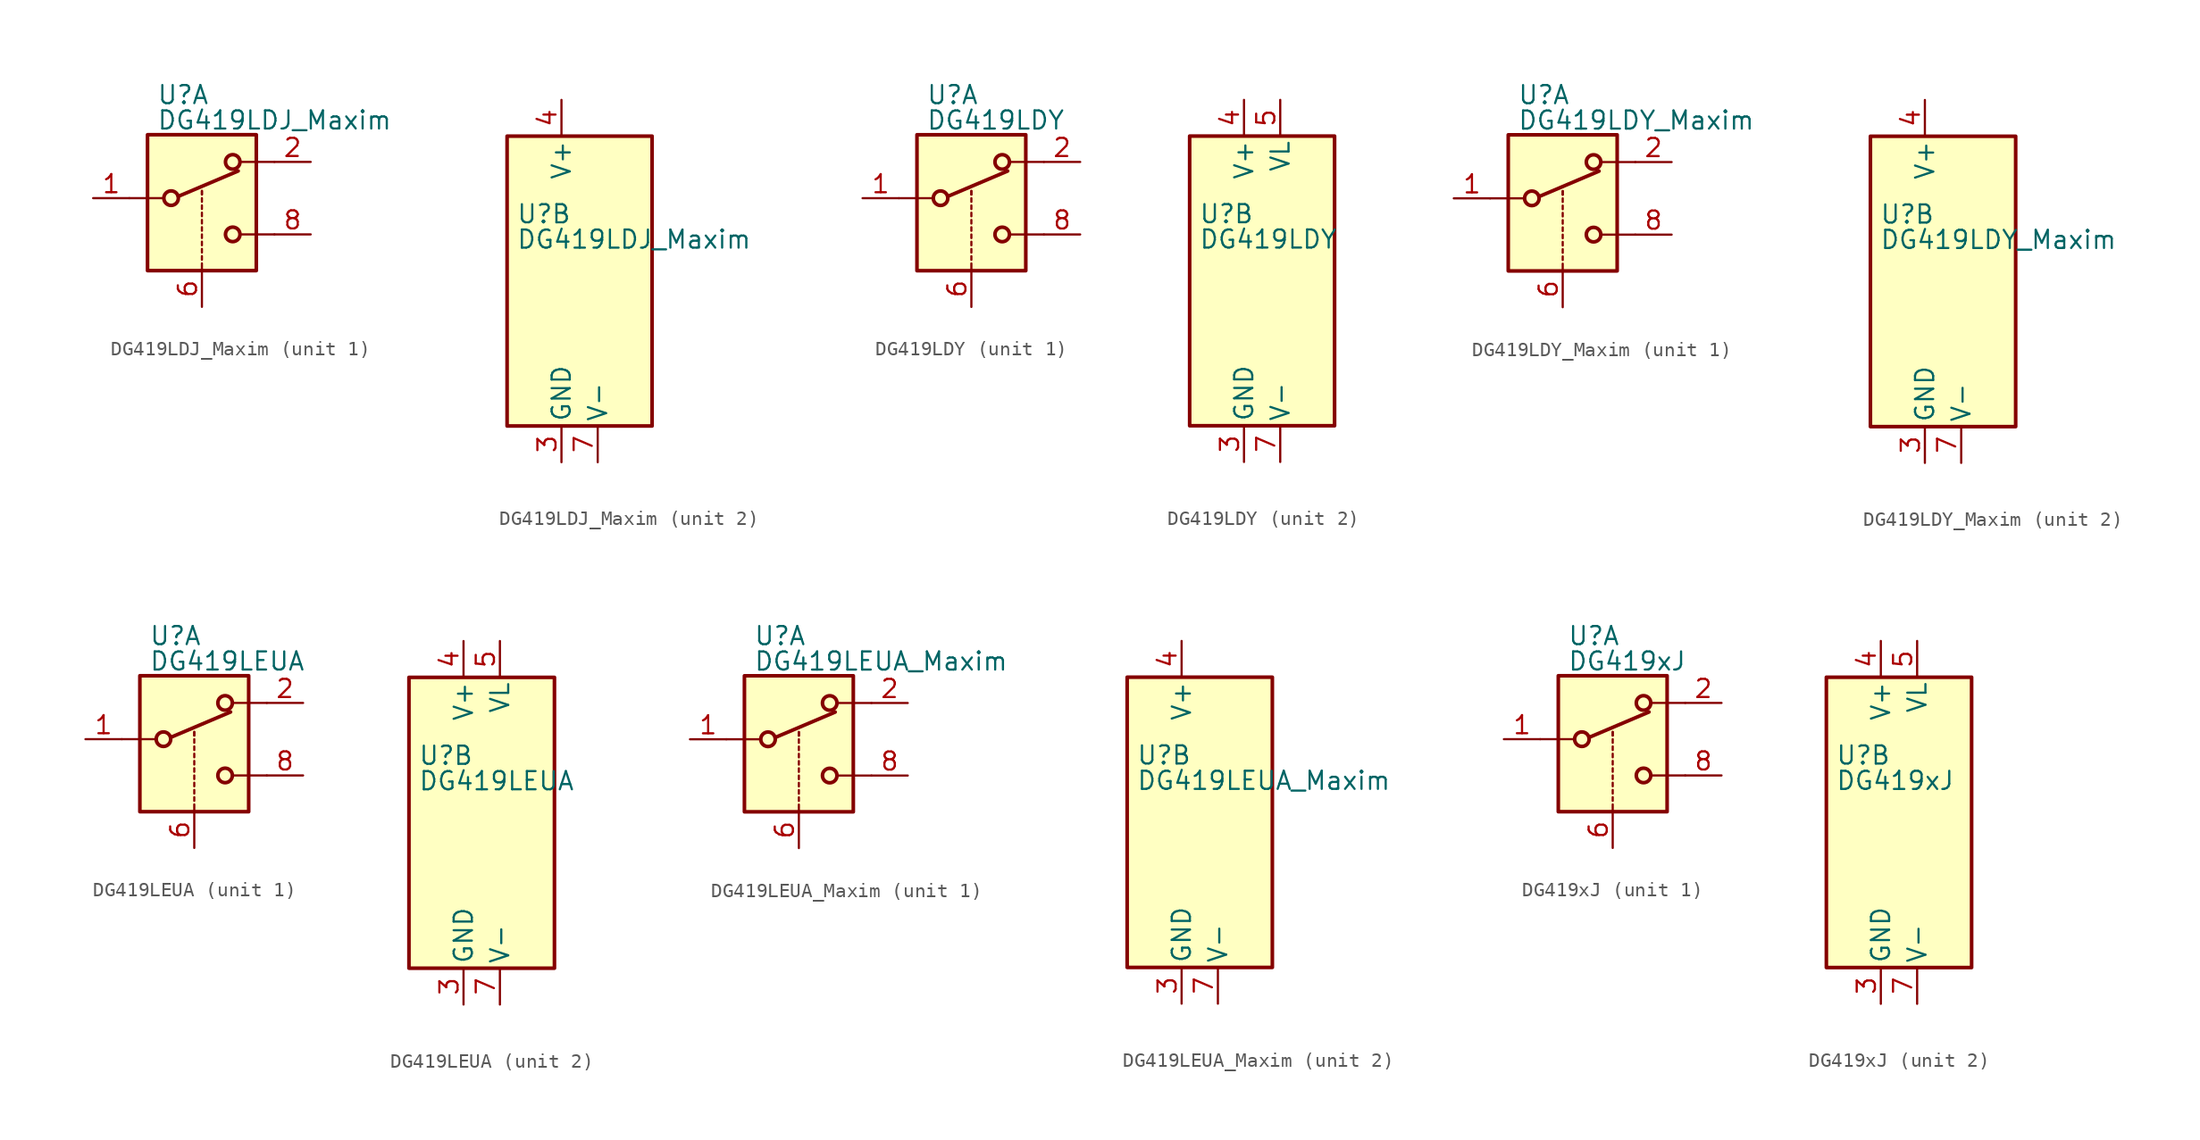
<source format=kicad_sym>
(kicad_symbol_lib
  (version 20200908)
  (generator kicad_symbol_editor)
  (symbol "Analog_Switch:DG419LDJ_Maxim"
    (pin_names
      (offset 0.254))
    (property "Reference" "U"
      (at -3.175 4.699 0)
      (effects (font (size 1.27 1.27)) (justify left)))
    (property "Value" "DG419LDJ_Maxim"
      (at -3.175 2.921 0)
      (effects (font (size 1.27 1.27)) (justify left)))
    (symbol "DG419LDJ_Maxim_1_1"
      (circle (center -2.159 -2.54) (radius 0.508) (stroke (width 0.254)) (fill (type none)))
      (circle (center 2.159 -5.08) (radius 0.508) (stroke (width 0.254)) (fill (type none)))
      (circle (center 2.159 0) (radius 0.508) (stroke (width 0.254)) (fill (type none)))
      (rectangle (start -3.81 1.905) (end 3.81 -7.62) (stroke (width 0.254)) (fill (type background)))
      (polyline (pts (xy -5.08 -2.54) (xy -2.794 -2.54)) (stroke (width 0)) (fill (type none)))
      (polyline (pts (xy -1.651 -2.413) (xy 2.54 -0.635)) (stroke (width 0.254)) (fill (type none)))
      (polyline (pts (xy 0 -7.62) (xy 0 -7.112)) (stroke (width 0)) (fill (type none)))
      (polyline (pts (xy 0 -6.858) (xy 0 -6.604)) (stroke (width 0)) (fill (type none)))
      (polyline (pts (xy 0 -6.35) (xy 0 -6.096)) (stroke (width 0)) (fill (type none)))
      (polyline (pts (xy 0 -5.842) (xy 0 -5.588)) (stroke (width 0)) (fill (type none)))
      (polyline (pts (xy 0 -5.334) (xy 0 -5.08)) (stroke (width 0)) (fill (type none)))
      (polyline (pts (xy 0 -4.826) (xy 0 -4.572)) (stroke (width 0)) (fill (type none)))
      (polyline (pts (xy 0 -4.318) (xy 0 -4.064)) (stroke (width 0)) (fill (type none)))
      (polyline (pts (xy 0 -3.81) (xy 0 -3.556)) (stroke (width 0)) (fill (type none)))
      (polyline (pts (xy 0 -3.302) (xy 0 -3.048)) (stroke (width 0)) (fill (type none)))
      (polyline (pts (xy 0 -2.794) (xy 0 -2.54)) (stroke (width 0)) (fill (type none)))
      (polyline (pts (xy 0 -2.286) (xy 0 -2.032)) (stroke (width 0)) (fill (type none)))
      (polyline (pts (xy 0 -2.286) (xy 0 -2.032)) (stroke (width 0)) (fill (type none)))
      (polyline (pts (xy 5.08 -5.08) (xy 2.794 -5.08)) (stroke (width 0)) (fill (type none)))
      (polyline (pts (xy 5.08 0) (xy 2.794 0)) (stroke (width 0)) (fill (type none)))
      (pin passive line (at -7.62 -2.54 0) (length 2.54) (name "~" (effects (font (size 1.27 1.27)))) (number "1" (effects (font (size 1.27 1.27)))))
      (pin passive line (at 7.62 0 180) (length 2.54) (name "~" (effects (font (size 1.27 1.27)))) (number "2" (effects (font (size 1.27 1.27)))))
      (pin input line (at 0 -10.16 90) (length 2.54) (name "~" (effects (font (size 1.27 1.27)))) (number "6" (effects (font (size 1.27 1.27)))))
      (pin passive line (at 7.62 -5.08 180) (length 2.54) (name "~" (effects (font (size 1.27 1.27)))) (number "8" (effects (font (size 1.27 1.27))))))
    (symbol "DG419LDJ_Maxim_2_1"
      (rectangle (start -3.81 10.16) (end 6.35 -10.16) (stroke (width 0.254)) (fill (type background))))
    (symbol "DG419LDJ_Maxim_2_0"
      (pin power_in line (at 0 -12.7 90) (length 2.54) (name "GND" (effects (font (size 1.27 1.27)))) (number "3" (effects (font (size 1.27 1.27)))))
      (pin power_in line (at 0 12.7 270) (length 2.54) (name "V+" (effects (font (size 1.27 1.27)))) (number "4" (effects (font (size 1.27 1.27)))))
      (pin unconnected line (at 2.54 10.16 270) (length 2.54) hide (name "NC" (effects (font (size 1.27 1.27)))) (number "5" (effects (font (size 1.27 1.27)))))
      (pin power_in line (at 2.54 -12.7 90) (length 2.54) (name "V-" (effects (font (size 1.27 1.27)))) (number "7" (effects (font (size 1.27 1.27)))))))
  (symbol "Analog_Switch:DG419LDY"
    (pin_names
      (offset 0.254))
    (property "Reference" "U"
      (at -3.175 4.699 0)
      (effects (font (size 1.27 1.27)) (justify left)))
    (property "Value" "DG419LDY"
      (at -3.175 2.921 0)
      (effects (font (size 1.27 1.27)) (justify left)))
    (symbol "DG419LDY_1_1"
      (circle (center -2.159 -2.54) (radius 0.508) (stroke (width 0.254)) (fill (type none)))
      (circle (center 2.159 -5.08) (radius 0.508) (stroke (width 0.254)) (fill (type none)))
      (circle (center 2.159 0) (radius 0.508) (stroke (width 0.254)) (fill (type none)))
      (rectangle (start -3.81 1.905) (end 3.81 -7.62) (stroke (width 0.254)) (fill (type background)))
      (polyline (pts (xy -5.08 -2.54) (xy -2.794 -2.54)) (stroke (width 0)) (fill (type none)))
      (polyline (pts (xy -1.651 -2.413) (xy 2.54 -0.635)) (stroke (width 0.254)) (fill (type none)))
      (polyline (pts (xy 0 -7.62) (xy 0 -7.112)) (stroke (width 0)) (fill (type none)))
      (polyline (pts (xy 0 -6.858) (xy 0 -6.604)) (stroke (width 0)) (fill (type none)))
      (polyline (pts (xy 0 -6.35) (xy 0 -6.096)) (stroke (width 0)) (fill (type none)))
      (polyline (pts (xy 0 -5.842) (xy 0 -5.588)) (stroke (width 0)) (fill (type none)))
      (polyline (pts (xy 0 -5.334) (xy 0 -5.08)) (stroke (width 0)) (fill (type none)))
      (polyline (pts (xy 0 -4.826) (xy 0 -4.572)) (stroke (width 0)) (fill (type none)))
      (polyline (pts (xy 0 -4.318) (xy 0 -4.064)) (stroke (width 0)) (fill (type none)))
      (polyline (pts (xy 0 -3.81) (xy 0 -3.556)) (stroke (width 0)) (fill (type none)))
      (polyline (pts (xy 0 -3.302) (xy 0 -3.048)) (stroke (width 0)) (fill (type none)))
      (polyline (pts (xy 0 -2.794) (xy 0 -2.54)) (stroke (width 0)) (fill (type none)))
      (polyline (pts (xy 0 -2.286) (xy 0 -2.032)) (stroke (width 0)) (fill (type none)))
      (polyline (pts (xy 0 -2.286) (xy 0 -2.032)) (stroke (width 0)) (fill (type none)))
      (polyline (pts (xy 5.08 -5.08) (xy 2.794 -5.08)) (stroke (width 0)) (fill (type none)))
      (polyline (pts (xy 5.08 0) (xy 2.794 0)) (stroke (width 0)) (fill (type none)))
      (pin passive line (at -7.62 -2.54 0) (length 2.54) (name "~" (effects (font (size 1.27 1.27)))) (number "1" (effects (font (size 1.27 1.27)))))
      (pin passive line (at 7.62 0 180) (length 2.54) (name "~" (effects (font (size 1.27 1.27)))) (number "2" (effects (font (size 1.27 1.27)))))
      (pin input line (at 0 -10.16 90) (length 2.54) (name "~" (effects (font (size 1.27 1.27)))) (number "6" (effects (font (size 1.27 1.27)))))
      (pin passive line (at 7.62 -5.08 180) (length 2.54) (name "~" (effects (font (size 1.27 1.27)))) (number "8" (effects (font (size 1.27 1.27))))))
    (symbol "DG419LDY_2_1"
      (rectangle (start -3.81 10.16) (end 6.35 -10.16) (stroke (width 0.254)) (fill (type background))))
    (symbol "DG419LDY_2_0"
      (pin power_in line (at 0 -12.7 90) (length 2.54) (name "GND" (effects (font (size 1.27 1.27)))) (number "3" (effects (font (size 1.27 1.27)))))
      (pin power_in line (at 0 12.7 270) (length 2.54) (name "V+" (effects (font (size 1.27 1.27)))) (number "4" (effects (font (size 1.27 1.27)))))
      (pin power_in line (at 2.54 12.7 270) (length 2.54) (name "VL" (effects (font (size 1.27 1.27)))) (number "5" (effects (font (size 1.27 1.27)))))
      (pin power_in line (at 2.54 -12.7 90) (length 2.54) (name "V-" (effects (font (size 1.27 1.27)))) (number "7" (effects (font (size 1.27 1.27)))))))
  (symbol "Analog_Switch:DG419LDY_Maxim"
    (pin_names
      (offset 0.254))
    (property "Reference" "U"
      (at -3.175 4.699 0)
      (effects (font (size 1.27 1.27)) (justify left)))
    (property "Value" "DG419LDY_Maxim"
      (at -3.175 2.921 0)
      (effects (font (size 1.27 1.27)) (justify left)))
    (symbol "DG419LDY_Maxim_1_1"
      (circle (center -2.159 -2.54) (radius 0.508) (stroke (width 0.254)) (fill (type none)))
      (circle (center 2.159 -5.08) (radius 0.508) (stroke (width 0.254)) (fill (type none)))
      (circle (center 2.159 0) (radius 0.508) (stroke (width 0.254)) (fill (type none)))
      (rectangle (start -3.81 1.905) (end 3.81 -7.62) (stroke (width 0.254)) (fill (type background)))
      (polyline (pts (xy -5.08 -2.54) (xy -2.794 -2.54)) (stroke (width 0)) (fill (type none)))
      (polyline (pts (xy -1.651 -2.413) (xy 2.54 -0.635)) (stroke (width 0.254)) (fill (type none)))
      (polyline (pts (xy 0 -7.62) (xy 0 -7.112)) (stroke (width 0)) (fill (type none)))
      (polyline (pts (xy 0 -6.858) (xy 0 -6.604)) (stroke (width 0)) (fill (type none)))
      (polyline (pts (xy 0 -6.35) (xy 0 -6.096)) (stroke (width 0)) (fill (type none)))
      (polyline (pts (xy 0 -5.842) (xy 0 -5.588)) (stroke (width 0)) (fill (type none)))
      (polyline (pts (xy 0 -5.334) (xy 0 -5.08)) (stroke (width 0)) (fill (type none)))
      (polyline (pts (xy 0 -4.826) (xy 0 -4.572)) (stroke (width 0)) (fill (type none)))
      (polyline (pts (xy 0 -4.318) (xy 0 -4.064)) (stroke (width 0)) (fill (type none)))
      (polyline (pts (xy 0 -3.81) (xy 0 -3.556)) (stroke (width 0)) (fill (type none)))
      (polyline (pts (xy 0 -3.302) (xy 0 -3.048)) (stroke (width 0)) (fill (type none)))
      (polyline (pts (xy 0 -2.794) (xy 0 -2.54)) (stroke (width 0)) (fill (type none)))
      (polyline (pts (xy 0 -2.286) (xy 0 -2.032)) (stroke (width 0)) (fill (type none)))
      (polyline (pts (xy 0 -2.286) (xy 0 -2.032)) (stroke (width 0)) (fill (type none)))
      (polyline (pts (xy 5.08 -5.08) (xy 2.794 -5.08)) (stroke (width 0)) (fill (type none)))
      (polyline (pts (xy 5.08 0) (xy 2.794 0)) (stroke (width 0)) (fill (type none)))
      (pin passive line (at -7.62 -2.54 0) (length 2.54) (name "~" (effects (font (size 1.27 1.27)))) (number "1" (effects (font (size 1.27 1.27)))))
      (pin passive line (at 7.62 0 180) (length 2.54) (name "~" (effects (font (size 1.27 1.27)))) (number "2" (effects (font (size 1.27 1.27)))))
      (pin input line (at 0 -10.16 90) (length 2.54) (name "~" (effects (font (size 1.27 1.27)))) (number "6" (effects (font (size 1.27 1.27)))))
      (pin passive line (at 7.62 -5.08 180) (length 2.54) (name "~" (effects (font (size 1.27 1.27)))) (number "8" (effects (font (size 1.27 1.27))))))
    (symbol "DG419LDY_Maxim_2_1"
      (rectangle (start -3.81 10.16) (end 6.35 -10.16) (stroke (width 0.254)) (fill (type background))))
    (symbol "DG419LDY_Maxim_2_0"
      (pin power_in line (at 0 -12.7 90) (length 2.54) (name "GND" (effects (font (size 1.27 1.27)))) (number "3" (effects (font (size 1.27 1.27)))))
      (pin power_in line (at 0 12.7 270) (length 2.54) (name "V+" (effects (font (size 1.27 1.27)))) (number "4" (effects (font (size 1.27 1.27)))))
      (pin unconnected line (at 2.54 10.16 270) (length 2.54) hide (name "NC" (effects (font (size 1.27 1.27)))) (number "5" (effects (font (size 1.27 1.27)))))
      (pin power_in line (at 2.54 -12.7 90) (length 2.54) (name "V-" (effects (font (size 1.27 1.27)))) (number "7" (effects (font (size 1.27 1.27)))))))
  (symbol "Analog_Switch:DG419LEUA"
    (pin_names
      (offset 0.254))
    (property "Reference" "U"
      (at -3.175 4.699 0)
      (effects (font (size 1.27 1.27)) (justify left)))
    (property "Value" "DG419LEUA"
      (at -3.175 2.921 0)
      (effects (font (size 1.27 1.27)) (justify left)))
    (symbol "DG419LEUA_1_1"
      (circle (center -2.159 -2.54) (radius 0.508) (stroke (width 0.254)) (fill (type none)))
      (circle (center 2.159 -5.08) (radius 0.508) (stroke (width 0.254)) (fill (type none)))
      (circle (center 2.159 0) (radius 0.508) (stroke (width 0.254)) (fill (type none)))
      (rectangle (start -3.81 1.905) (end 3.81 -7.62) (stroke (width 0.254)) (fill (type background)))
      (polyline (pts (xy -5.08 -2.54) (xy -2.794 -2.54)) (stroke (width 0)) (fill (type none)))
      (polyline (pts (xy -1.651 -2.413) (xy 2.54 -0.635)) (stroke (width 0.254)) (fill (type none)))
      (polyline (pts (xy 0 -7.62) (xy 0 -7.112)) (stroke (width 0)) (fill (type none)))
      (polyline (pts (xy 0 -6.858) (xy 0 -6.604)) (stroke (width 0)) (fill (type none)))
      (polyline (pts (xy 0 -6.35) (xy 0 -6.096)) (stroke (width 0)) (fill (type none)))
      (polyline (pts (xy 0 -5.842) (xy 0 -5.588)) (stroke (width 0)) (fill (type none)))
      (polyline (pts (xy 0 -5.334) (xy 0 -5.08)) (stroke (width 0)) (fill (type none)))
      (polyline (pts (xy 0 -4.826) (xy 0 -4.572)) (stroke (width 0)) (fill (type none)))
      (polyline (pts (xy 0 -4.318) (xy 0 -4.064)) (stroke (width 0)) (fill (type none)))
      (polyline (pts (xy 0 -3.81) (xy 0 -3.556)) (stroke (width 0)) (fill (type none)))
      (polyline (pts (xy 0 -3.302) (xy 0 -3.048)) (stroke (width 0)) (fill (type none)))
      (polyline (pts (xy 0 -2.794) (xy 0 -2.54)) (stroke (width 0)) (fill (type none)))
      (polyline (pts (xy 0 -2.286) (xy 0 -2.032)) (stroke (width 0)) (fill (type none)))
      (polyline (pts (xy 0 -2.286) (xy 0 -2.032)) (stroke (width 0)) (fill (type none)))
      (polyline (pts (xy 5.08 -5.08) (xy 2.794 -5.08)) (stroke (width 0)) (fill (type none)))
      (polyline (pts (xy 5.08 0) (xy 2.794 0)) (stroke (width 0)) (fill (type none)))
      (pin passive line (at -7.62 -2.54 0) (length 2.54) (name "~" (effects (font (size 1.27 1.27)))) (number "1" (effects (font (size 1.27 1.27)))))
      (pin passive line (at 7.62 0 180) (length 2.54) (name "~" (effects (font (size 1.27 1.27)))) (number "2" (effects (font (size 1.27 1.27)))))
      (pin input line (at 0 -10.16 90) (length 2.54) (name "~" (effects (font (size 1.27 1.27)))) (number "6" (effects (font (size 1.27 1.27)))))
      (pin passive line (at 7.62 -5.08 180) (length 2.54) (name "~" (effects (font (size 1.27 1.27)))) (number "8" (effects (font (size 1.27 1.27))))))
    (symbol "DG419LEUA_2_1"
      (rectangle (start -3.81 10.16) (end 6.35 -10.16) (stroke (width 0.254)) (fill (type background))))
    (symbol "DG419LEUA_2_0"
      (pin power_in line (at 0 -12.7 90) (length 2.54) (name "GND" (effects (font (size 1.27 1.27)))) (number "3" (effects (font (size 1.27 1.27)))))
      (pin power_in line (at 0 12.7 270) (length 2.54) (name "V+" (effects (font (size 1.27 1.27)))) (number "4" (effects (font (size 1.27 1.27)))))
      (pin power_in line (at 2.54 12.7 270) (length 2.54) (name "VL" (effects (font (size 1.27 1.27)))) (number "5" (effects (font (size 1.27 1.27)))))
      (pin power_in line (at 2.54 -12.7 90) (length 2.54) (name "V-" (effects (font (size 1.27 1.27)))) (number "7" (effects (font (size 1.27 1.27)))))))
  (symbol "Analog_Switch:DG419LEUA_Maxim"
    (pin_names
      (offset 0.254))
    (property "Reference" "U"
      (at -3.175 4.699 0)
      (effects (font (size 1.27 1.27)) (justify left)))
    (property "Value" "DG419LEUA_Maxim"
      (at -3.175 2.921 0)
      (effects (font (size 1.27 1.27)) (justify left)))
    (symbol "DG419LEUA_Maxim_1_1"
      (circle (center -2.159 -2.54) (radius 0.508) (stroke (width 0.254)) (fill (type none)))
      (circle (center 2.159 -5.08) (radius 0.508) (stroke (width 0.254)) (fill (type none)))
      (circle (center 2.159 0) (radius 0.508) (stroke (width 0.254)) (fill (type none)))
      (rectangle (start -3.81 1.905) (end 3.81 -7.62) (stroke (width 0.254)) (fill (type background)))
      (polyline (pts (xy -5.08 -2.54) (xy -2.794 -2.54)) (stroke (width 0)) (fill (type none)))
      (polyline (pts (xy -1.651 -2.413) (xy 2.54 -0.635)) (stroke (width 0.254)) (fill (type none)))
      (polyline (pts (xy 0 -7.62) (xy 0 -7.112)) (stroke (width 0)) (fill (type none)))
      (polyline (pts (xy 0 -6.858) (xy 0 -6.604)) (stroke (width 0)) (fill (type none)))
      (polyline (pts (xy 0 -6.35) (xy 0 -6.096)) (stroke (width 0)) (fill (type none)))
      (polyline (pts (xy 0 -5.842) (xy 0 -5.588)) (stroke (width 0)) (fill (type none)))
      (polyline (pts (xy 0 -5.334) (xy 0 -5.08)) (stroke (width 0)) (fill (type none)))
      (polyline (pts (xy 0 -4.826) (xy 0 -4.572)) (stroke (width 0)) (fill (type none)))
      (polyline (pts (xy 0 -4.318) (xy 0 -4.064)) (stroke (width 0)) (fill (type none)))
      (polyline (pts (xy 0 -3.81) (xy 0 -3.556)) (stroke (width 0)) (fill (type none)))
      (polyline (pts (xy 0 -3.302) (xy 0 -3.048)) (stroke (width 0)) (fill (type none)))
      (polyline (pts (xy 0 -2.794) (xy 0 -2.54)) (stroke (width 0)) (fill (type none)))
      (polyline (pts (xy 0 -2.286) (xy 0 -2.032)) (stroke (width 0)) (fill (type none)))
      (polyline (pts (xy 0 -2.286) (xy 0 -2.032)) (stroke (width 0)) (fill (type none)))
      (polyline (pts (xy 5.08 -5.08) (xy 2.794 -5.08)) (stroke (width 0)) (fill (type none)))
      (polyline (pts (xy 5.08 0) (xy 2.794 0)) (stroke (width 0)) (fill (type none)))
      (pin passive line (at -7.62 -2.54 0) (length 2.54) (name "~" (effects (font (size 1.27 1.27)))) (number "1" (effects (font (size 1.27 1.27)))))
      (pin passive line (at 7.62 0 180) (length 2.54) (name "~" (effects (font (size 1.27 1.27)))) (number "2" (effects (font (size 1.27 1.27)))))
      (pin input line (at 0 -10.16 90) (length 2.54) (name "~" (effects (font (size 1.27 1.27)))) (number "6" (effects (font (size 1.27 1.27)))))
      (pin passive line (at 7.62 -5.08 180) (length 2.54) (name "~" (effects (font (size 1.27 1.27)))) (number "8" (effects (font (size 1.27 1.27))))))
    (symbol "DG419LEUA_Maxim_2_1"
      (rectangle (start -3.81 10.16) (end 6.35 -10.16) (stroke (width 0.254)) (fill (type background))))
    (symbol "DG419LEUA_Maxim_2_0"
      (pin power_in line (at 0 -12.7 90) (length 2.54) (name "GND" (effects (font (size 1.27 1.27)))) (number "3" (effects (font (size 1.27 1.27)))))
      (pin power_in line (at 0 12.7 270) (length 2.54) (name "V+" (effects (font (size 1.27 1.27)))) (number "4" (effects (font (size 1.27 1.27)))))
      (pin unconnected line (at 2.54 10.16 270) (length 2.54) hide (name "NC" (effects (font (size 1.27 1.27)))) (number "5" (effects (font (size 1.27 1.27)))))
      (pin power_in line (at 2.54 -12.7 90) (length 2.54) (name "V-" (effects (font (size 1.27 1.27)))) (number "7" (effects (font (size 1.27 1.27)))))))
  (symbol "Analog_Switch:DG419xJ"
    (pin_names
      (offset 0.254))
    (property "Reference" "U"
      (at -3.175 4.699 0)
      (effects (font (size 1.27 1.27)) (justify left)))
    (property "Value" "DG419xJ"
      (at -3.175 2.921 0)
      (effects (font (size 1.27 1.27)) (justify left)))
    (symbol "DG419xJ_1_1"
      (circle (center -2.159 -2.54) (radius 0.508) (stroke (width 0.254)) (fill (type none)))
      (circle (center 2.159 -5.08) (radius 0.508) (stroke (width 0.254)) (fill (type none)))
      (circle (center 2.159 0) (radius 0.508) (stroke (width 0.254)) (fill (type none)))
      (rectangle (start -3.81 1.905) (end 3.81 -7.62) (stroke (width 0.254)) (fill (type background)))
      (polyline (pts (xy -5.08 -2.54) (xy -2.794 -2.54)) (stroke (width 0)) (fill (type none)))
      (polyline (pts (xy -1.651 -2.413) (xy 2.54 -0.635)) (stroke (width 0.254)) (fill (type none)))
      (polyline (pts (xy 0 -7.62) (xy 0 -7.112)) (stroke (width 0)) (fill (type none)))
      (polyline (pts (xy 0 -6.858) (xy 0 -6.604)) (stroke (width 0)) (fill (type none)))
      (polyline (pts (xy 0 -6.35) (xy 0 -6.096)) (stroke (width 0)) (fill (type none)))
      (polyline (pts (xy 0 -5.842) (xy 0 -5.588)) (stroke (width 0)) (fill (type none)))
      (polyline (pts (xy 0 -5.334) (xy 0 -5.08)) (stroke (width 0)) (fill (type none)))
      (polyline (pts (xy 0 -4.826) (xy 0 -4.572)) (stroke (width 0)) (fill (type none)))
      (polyline (pts (xy 0 -4.318) (xy 0 -4.064)) (stroke (width 0)) (fill (type none)))
      (polyline (pts (xy 0 -3.81) (xy 0 -3.556)) (stroke (width 0)) (fill (type none)))
      (polyline (pts (xy 0 -3.302) (xy 0 -3.048)) (stroke (width 0)) (fill (type none)))
      (polyline (pts (xy 0 -2.794) (xy 0 -2.54)) (stroke (width 0)) (fill (type none)))
      (polyline (pts (xy 0 -2.286) (xy 0 -2.032)) (stroke (width 0)) (fill (type none)))
      (polyline (pts (xy 0 -2.286) (xy 0 -2.032)) (stroke (width 0)) (fill (type none)))
      (polyline (pts (xy 5.08 -5.08) (xy 2.794 -5.08)) (stroke (width 0)) (fill (type none)))
      (polyline (pts (xy 5.08 0) (xy 2.794 0)) (stroke (width 0)) (fill (type none)))
      (pin passive line (at -7.62 -2.54 0) (length 2.54) (name "~" (effects (font (size 1.27 1.27)))) (number "1" (effects (font (size 1.27 1.27)))))
      (pin passive line (at 7.62 0 180) (length 2.54) (name "~" (effects (font (size 1.27 1.27)))) (number "2" (effects (font (size 1.27 1.27)))))
      (pin input line (at 0 -10.16 90) (length 2.54) (name "~" (effects (font (size 1.27 1.27)))) (number "6" (effects (font (size 1.27 1.27)))))
      (pin passive line (at 7.62 -5.08 180) (length 2.54) (name "~" (effects (font (size 1.27 1.27)))) (number "8" (effects (font (size 1.27 1.27))))))
    (symbol "DG419xJ_2_1"
      (rectangle (start -3.81 10.16) (end 6.35 -10.16) (stroke (width 0.254)) (fill (type background))))
    (symbol "DG419xJ_2_0"
      (pin power_in line (at 0 -12.7 90) (length 2.54) (name "GND" (effects (font (size 1.27 1.27)))) (number "3" (effects (font (size 1.27 1.27)))))
      (pin power_in line (at 0 12.7 270) (length 2.54) (name "V+" (effects (font (size 1.27 1.27)))) (number "4" (effects (font (size 1.27 1.27)))))
      (pin power_in line (at 2.54 12.7 270) (length 2.54) (name "VL" (effects (font (size 1.27 1.27)))) (number "5" (effects (font (size 1.27 1.27)))))
      (pin power_in line (at 2.54 -12.7 90) (length 2.54) (name "V-" (effects (font (size 1.27 1.27)))) (number "7" (effects (font (size 1.27 1.27))))))))
</source>
